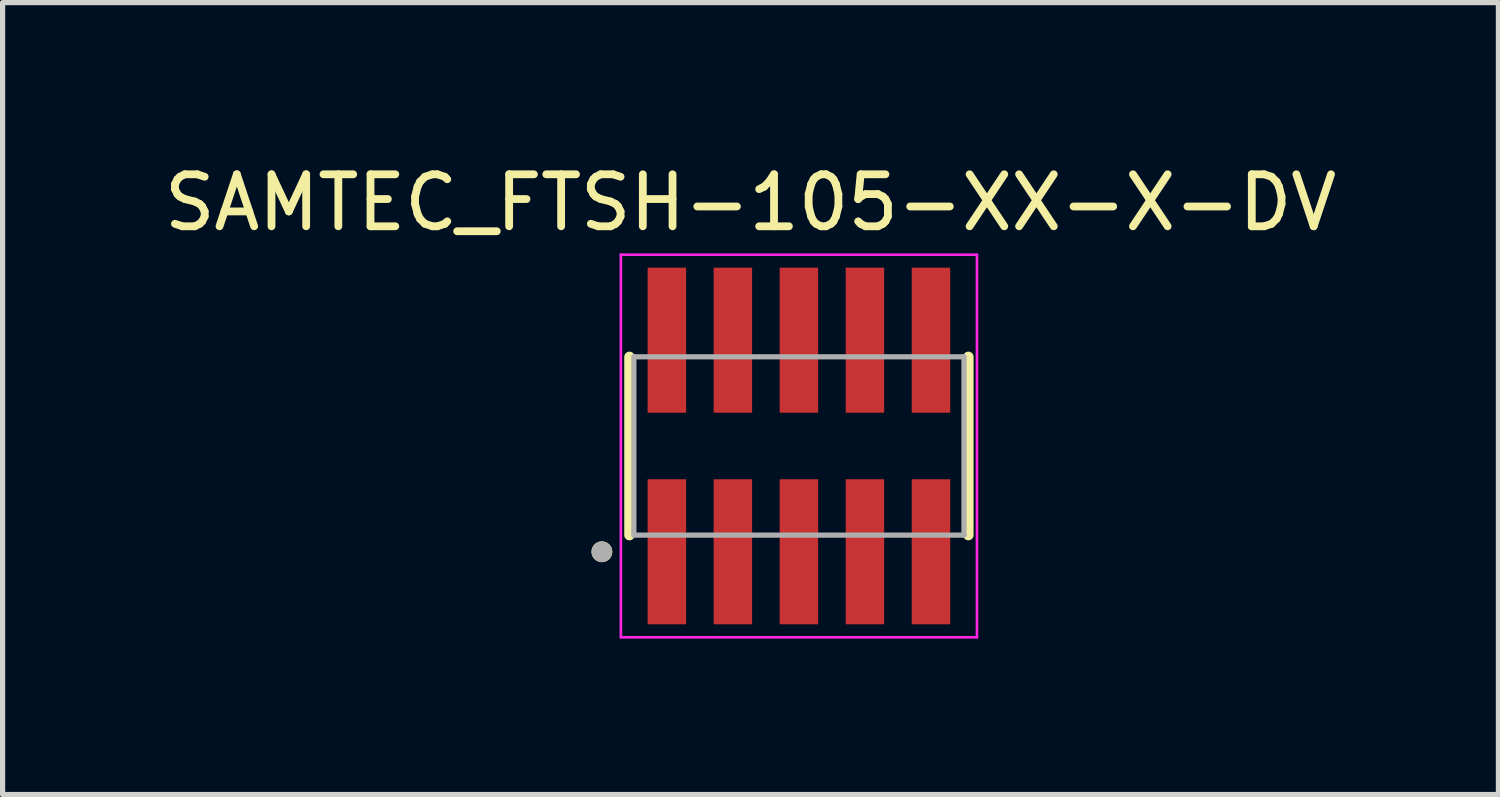
<source format=kicad_pcb>
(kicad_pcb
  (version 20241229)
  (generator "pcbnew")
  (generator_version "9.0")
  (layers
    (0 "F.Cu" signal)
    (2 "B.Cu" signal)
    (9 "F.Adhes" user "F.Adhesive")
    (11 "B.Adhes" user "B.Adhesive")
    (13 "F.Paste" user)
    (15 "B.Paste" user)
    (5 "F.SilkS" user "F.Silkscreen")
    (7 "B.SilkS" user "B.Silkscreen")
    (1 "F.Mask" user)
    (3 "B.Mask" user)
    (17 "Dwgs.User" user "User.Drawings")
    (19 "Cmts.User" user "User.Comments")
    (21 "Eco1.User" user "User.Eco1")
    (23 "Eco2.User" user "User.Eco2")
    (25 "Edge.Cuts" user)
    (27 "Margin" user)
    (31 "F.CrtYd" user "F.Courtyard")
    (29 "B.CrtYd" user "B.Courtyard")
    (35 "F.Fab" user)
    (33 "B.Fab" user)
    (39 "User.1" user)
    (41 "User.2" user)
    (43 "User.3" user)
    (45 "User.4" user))
  (footprint "SAMTEC_FTSH-105-XX-X-DV"
    (layer "F.Cu")
    (at 12.318 5.529)
    (property "Reference" "SAMTEC_FTSH-105-XX-X-DV" (at -0.931 -4.681 0) (layer "F.SilkS") (effects (font (size 1 1) (thickness 0.15))))
    (attr smd)
    (fp_line (start -3.26 -1.715) (end -3.26 1.715) (stroke (width 0.2) (type solid)) (layer "F.SilkS"))
    (fp_line (start 3.26 1.715) (end 3.26 -1.715) (stroke (width 0.2) (type solid)) (layer "F.SilkS"))
    (fp_circle (center -3.79 2.035) (end -3.69 2.035) (stroke (width 0.2) (type solid)) (fill no) (layer "F.SilkS"))
    (fp_line (start -3.425 -3.68) (end 3.425 -3.68) (stroke (width 0.05) (type solid)) (layer "F.CrtYd"))
    (fp_line (start -3.425 3.68) (end -3.425 -3.68) (stroke (width 0.05) (type solid)) (layer "F.CrtYd"))
    (fp_line (start 3.425 -3.68) (end 3.425 3.68) (stroke (width 0.05) (type solid)) (layer "F.CrtYd"))
    (fp_line (start 3.425 3.68) (end -3.425 3.68) (stroke (width 0.05) (type solid)) (layer "F.CrtYd"))
    (fp_line (start -3.175 1.715) (end -3.175 -1.715) (stroke (width 0.1) (type solid)) (layer "F.Fab"))
    (fp_line (start -3.175 1.715) (end 3.175 1.715) (stroke (width 0.1) (type solid)) (layer "F.Fab"))
    (fp_line (start 3.175 -1.715) (end -3.175 -1.715) (stroke (width 0.1) (type solid)) (layer "F.Fab"))
    (fp_line (start 3.175 1.715) (end 3.175 -1.715) (stroke (width 0.1) (type solid)) (layer "F.Fab"))
    (fp_circle (center -3.79 2.035) (end -3.69 2.035) (stroke (width 0.2) (type solid)) (fill no) (layer "F.Fab"))
    (pad "01" smd rect (at -2.54 2.035) (size 0.74 2.79) (layers "F.Cu" "F.Mask" "F.Paste"))
    (pad "02" smd rect (at -2.54 -2.035) (size 0.74 2.79) (layers "F.Cu" "F.Mask" "F.Paste"))
    (pad "03" smd rect (at -1.27 2.035) (size 0.74 2.79) (layers "F.Cu" "F.Mask" "F.Paste"))
    (pad "04" smd rect (at -1.27 -2.035) (size 0.74 2.79) (layers "F.Cu" "F.Mask" "F.Paste"))
    (pad "05" smd rect (at 0 2.035) (size 0.74 2.79) (layers "F.Cu" "F.Mask" "F.Paste"))
    (pad "06" smd rect (at 0 -2.035) (size 0.74 2.79) (layers "F.Cu" "F.Mask" "F.Paste"))
    (pad "07" smd rect (at 1.27 2.035) (size 0.74 2.79) (layers "F.Cu" "F.Mask" "F.Paste"))
    (pad "08" smd rect (at 1.27 -2.035) (size 0.74 2.79) (layers "F.Cu" "F.Mask" "F.Paste"))
    (pad "09" smd rect (at 2.54 2.035) (size 0.74 2.79) (layers "F.Cu" "F.Mask" "F.Paste"))
    (pad "10" smd rect (at 2.54 -2.035) (size 0.74 2.79) (layers "F.Cu" "F.Mask" "F.Paste")))
  (gr_rect
    (start -3 -3)
    (end 25.774 12.234)
    (stroke (width 0.1) (type default))
    (fill no)
    (layer "Edge.Cuts")))
</source>
